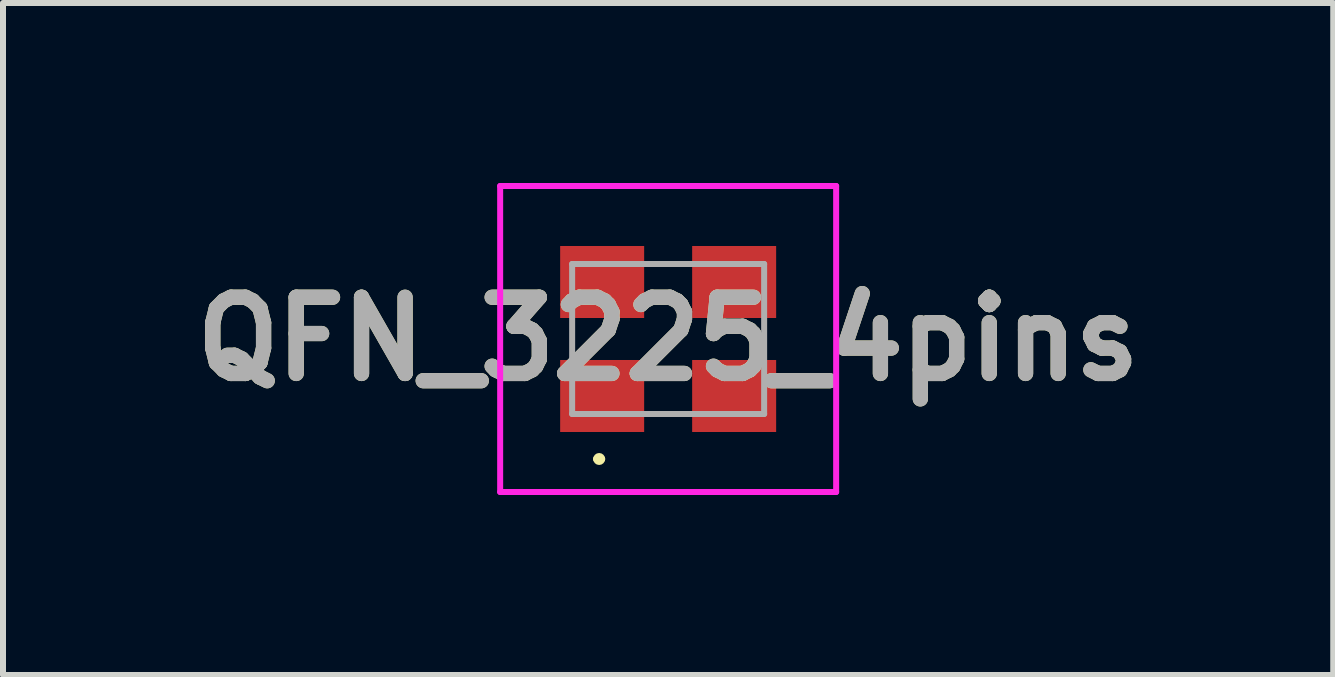
<source format=kicad_pcb>
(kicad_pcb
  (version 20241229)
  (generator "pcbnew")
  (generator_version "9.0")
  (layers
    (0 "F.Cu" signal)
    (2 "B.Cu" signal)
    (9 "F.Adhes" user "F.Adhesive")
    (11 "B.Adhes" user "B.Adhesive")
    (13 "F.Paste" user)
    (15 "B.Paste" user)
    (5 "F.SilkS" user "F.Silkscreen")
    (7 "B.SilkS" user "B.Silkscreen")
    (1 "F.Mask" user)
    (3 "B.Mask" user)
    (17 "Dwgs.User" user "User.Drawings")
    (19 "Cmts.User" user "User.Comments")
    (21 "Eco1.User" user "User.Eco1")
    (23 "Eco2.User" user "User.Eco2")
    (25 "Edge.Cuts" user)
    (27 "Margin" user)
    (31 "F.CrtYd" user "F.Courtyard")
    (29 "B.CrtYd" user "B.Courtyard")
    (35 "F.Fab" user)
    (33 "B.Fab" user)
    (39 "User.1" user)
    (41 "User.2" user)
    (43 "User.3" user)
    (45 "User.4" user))
  (footprint "QFN_3225_4pins"
    (layer "F.Cu")
    (at 8.086 2.6)
    (property "Reference" "QFN_3225_4pins" (at 0 0 0) (layer "F.SilkS") (effects (font (size 1.27 1.27) (thickness 0.254))))
    (attr smd)
    (fp_line (start -1.2 2) (end -1.2 2) (stroke (width 0.1) (type solid)) (layer "F.SilkS"))
    (fp_line (start -1.1 2) (end -1.1 2) (stroke (width 0.1) (type solid)) (layer "F.SilkS"))
    (fp_arc (start -1.2 2) (mid -1.15 1.95) (end -1.1 2) (stroke (width 0.1) (type solid)) (layer "F.SilkS"))
    (fp_arc (start -1.1 2) (mid -1.15 2.05) (end -1.2 2) (stroke (width 0.1) (type solid)) (layer "F.SilkS"))
    (fp_line (start -2.8 -2.55) (end 2.8 -2.55) (stroke (width 0.1) (type solid)) (layer "F.CrtYd"))
    (fp_line (start -2.8 2.55) (end -2.8 -2.55) (stroke (width 0.1) (type solid)) (layer "F.CrtYd"))
    (fp_line (start 2.8 -2.55) (end 2.8 2.55) (stroke (width 0.1) (type solid)) (layer "F.CrtYd"))
    (fp_line (start 2.8 2.55) (end -2.8 2.55) (stroke (width 0.1) (type solid)) (layer "F.CrtYd"))
    (fp_line (start -1.6 -1.25) (end 1.6 -1.25) (stroke (width 0.1) (type solid)) (layer "F.Fab"))
    (fp_line (start -1.6 1.25) (end -1.6 -1.25) (stroke (width 0.1) (type solid)) (layer "F.Fab"))
    (fp_line (start 1.6 -1.25) (end 1.6 1.25) (stroke (width 0.1) (type solid)) (layer "F.Fab"))
    (fp_line (start 1.6 1.25) (end -1.6 1.25) (stroke (width 0.1) (type solid)) (layer "F.Fab"))
    (fp_text user "${REFERENCE}" (at 0 0 0) (layer "F.Fab") (effects (font (size 1.27 1.27) (thickness 0.254))))
    (pad "1" smd rect (at -1.1 0.95 90) (size 1.2 1.4) (layers "F.Cu" "F.Mask" "F.Paste"))
    (pad "2" smd rect (at 1.1 0.95 90) (size 1.2 1.4) (layers "F.Cu" "F.Mask" "F.Paste"))
    (pad "3" smd rect (at 1.1 -0.95 90) (size 1.2 1.4) (layers "F.Cu" "F.Mask" "F.Paste"))
    (pad "4" smd rect (at -1.1 -0.95 90) (size 1.2 1.4) (layers "F.Cu" "F.Mask" "F.Paste")))
  (gr_rect
    (start -3 -3)
    (end 19.171 8.2)
    (stroke (width 0.1) (type default))
    (fill no)
    (layer "Edge.Cuts")))
</source>
